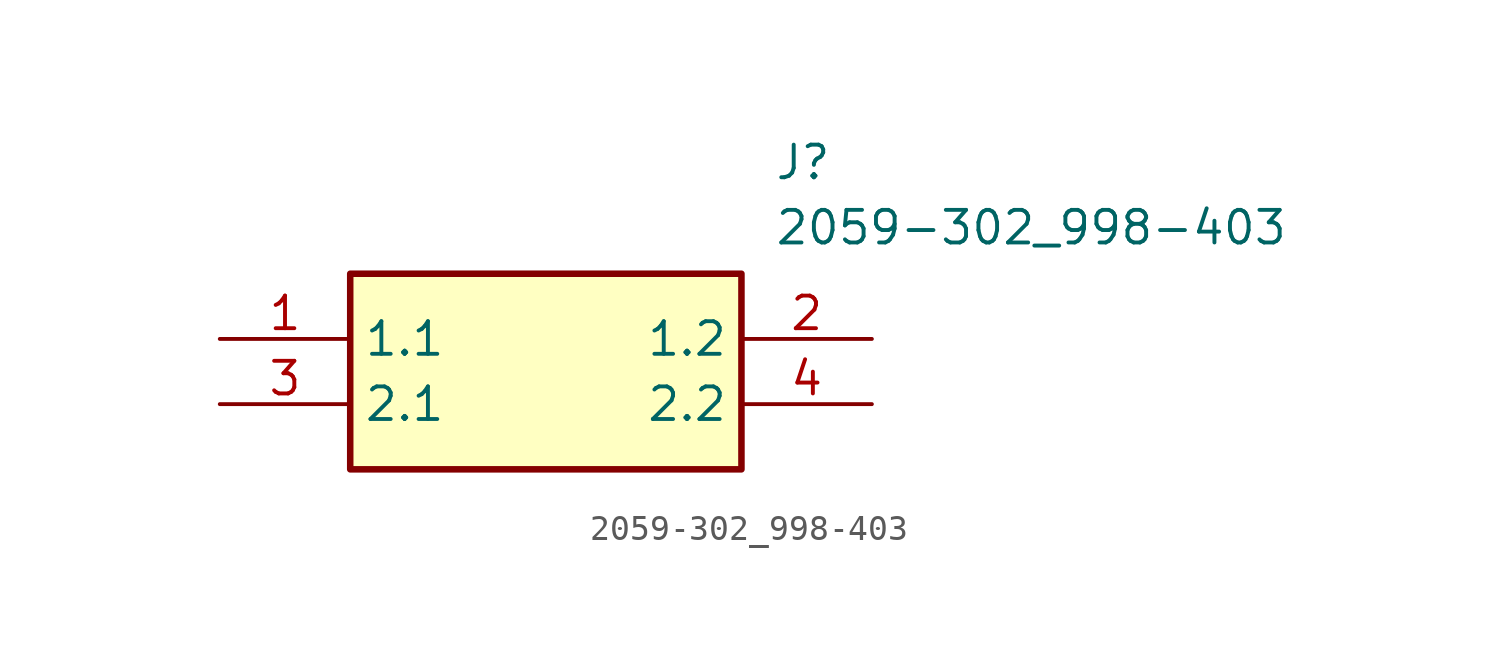
<source format=kicad_sym>
(kicad_symbol_lib
  (version 20211014)
  (generator SamacSys_ECAD_Model)
  (symbol "2059-302_998-403"
    (property "Reference" "J"
      (at 21.59 7.62 0)
      (effects (font (size 1.27 1.27)) (justify left top)))
    (property "Value" "2059-302_998-403"
      (at 21.59 5.08 0)
      (effects (font (size 1.27 1.27)) (justify left top)))
    (rectangle
      (start 5.08 2.54)
      (end 20.32 -5.08)
      (stroke (width 0.254) (type default))
      (fill (type background)))
    (pin passive line
      (at 0 0 0)
      (length 5.08)
      (name "1.1" (effects (font (size 1.27 1.27))))
      (number "1" (effects (font (size 1.27 1.27)))))
    (pin passive line
      (at 25.4 0 180)
      (length 5.08)
      (name "1.2" (effects (font (size 1.27 1.27))))
      (number "2" (effects (font (size 1.27 1.27)))))
    (pin passive line
      (at 0 -2.54 0)
      (length 5.08)
      (name "2.1" (effects (font (size 1.27 1.27))))
      (number "3" (effects (font (size 1.27 1.27)))))
    (pin passive line
      (at 25.4 -2.54 180)
      (length 5.08)
      (name "2.2" (effects (font (size 1.27 1.27))))
      (number "4" (effects (font (size 1.27 1.27)))))))
</source>
